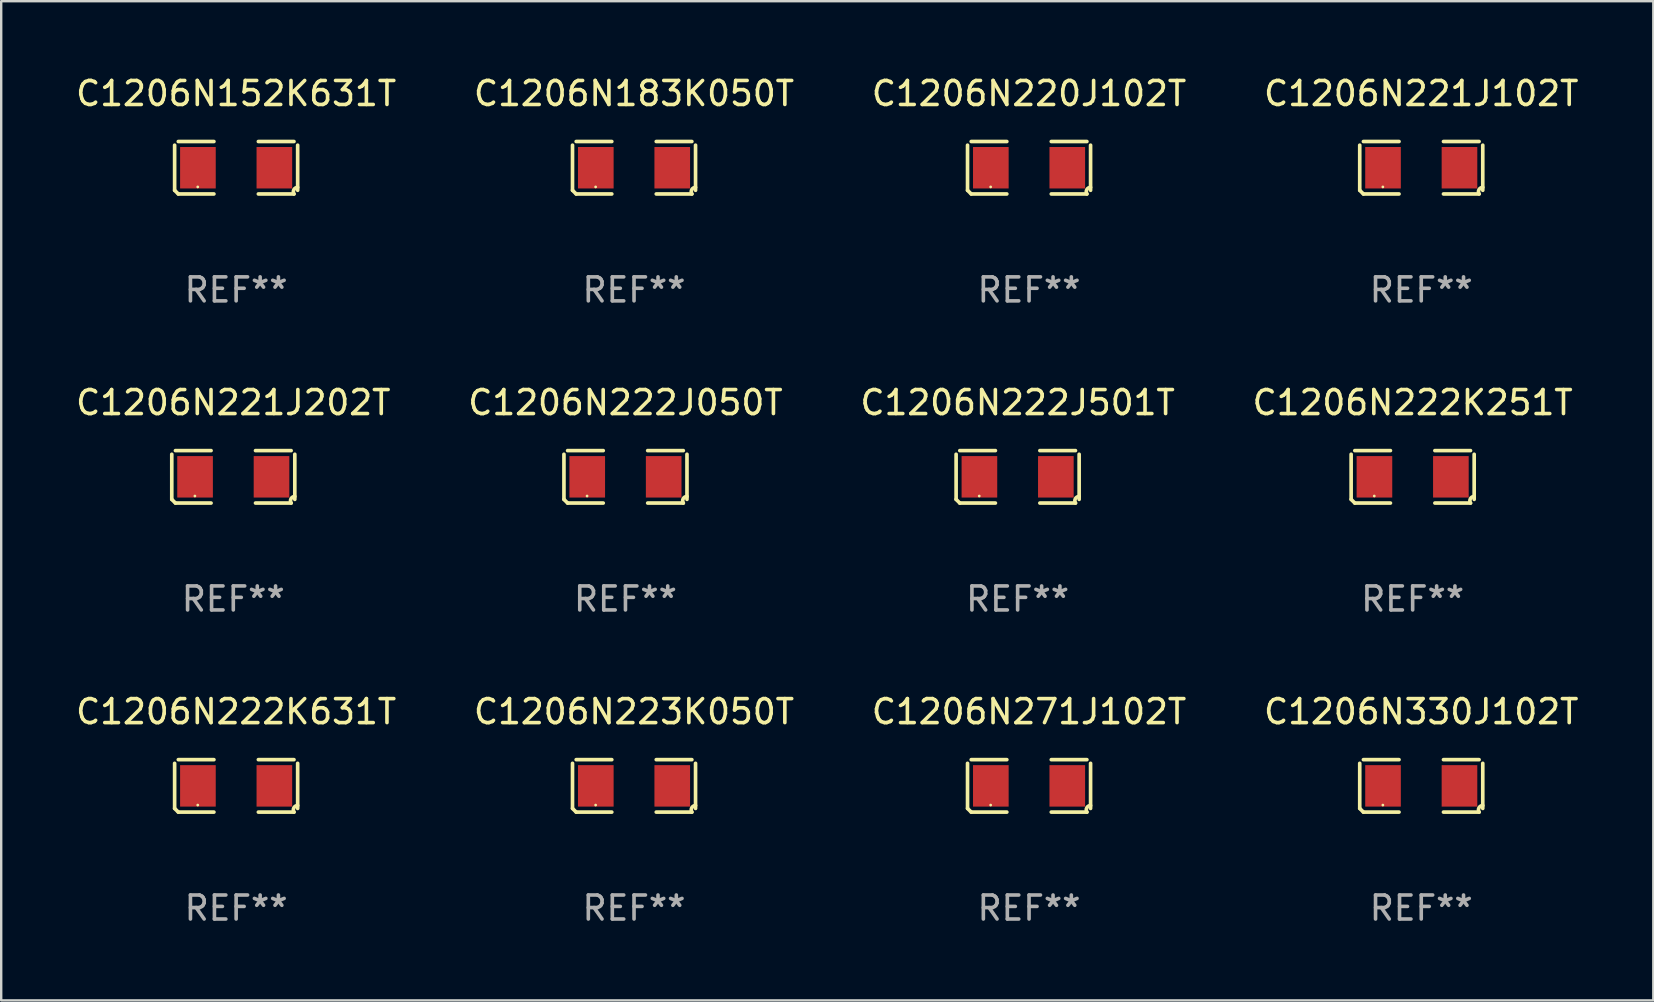
<source format=kicad_pcb>
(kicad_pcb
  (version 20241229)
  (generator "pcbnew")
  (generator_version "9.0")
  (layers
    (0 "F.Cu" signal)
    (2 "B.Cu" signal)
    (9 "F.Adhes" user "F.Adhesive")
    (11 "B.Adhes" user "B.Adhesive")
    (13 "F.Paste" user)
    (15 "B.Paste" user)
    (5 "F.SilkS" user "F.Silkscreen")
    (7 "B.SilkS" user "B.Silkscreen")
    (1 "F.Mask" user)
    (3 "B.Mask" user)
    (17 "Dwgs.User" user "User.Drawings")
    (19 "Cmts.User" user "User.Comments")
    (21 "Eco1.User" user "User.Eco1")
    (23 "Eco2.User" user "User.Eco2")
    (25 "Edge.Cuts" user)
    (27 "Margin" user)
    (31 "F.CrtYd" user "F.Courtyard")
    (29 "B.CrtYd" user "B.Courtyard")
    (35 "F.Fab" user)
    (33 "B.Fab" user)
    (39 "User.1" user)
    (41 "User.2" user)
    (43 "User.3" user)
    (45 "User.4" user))
  (footprint "C1206N221J102T"
    (layer "F.Cu")
    (at 56.185 3.941)
    (property "Reference" "C1206N221J102T" (at 0 -3.093 0) (layer "F.SilkS") (effects (font (size 1 1) (thickness 0.15))))
    (attr through_hole)
    (fp_line (start -2.564 0.94) (end -2.564 -0.94) (stroke (width 0.152) (type solid)) (layer "F.SilkS"))
    (fp_line (start -2.411 -1.093) (end -0.926 -1.093) (stroke (width 0.152) (type solid)) (layer "F.SilkS"))
    (fp_line (start -0.926 1.093) (end -2.411 1.093) (stroke (width 0.152) (type solid)) (layer "F.SilkS"))
    (fp_line (start 0.926 1.093) (end 2.411 1.093) (stroke (width 0.152) (type solid)) (layer "F.SilkS"))
    (fp_line (start 2.411 -1.093) (end 0.926 -1.093) (stroke (width 0.152) (type solid)) (layer "F.SilkS"))
    (fp_line (start 2.564 0.94) (end 2.564 -0.94) (stroke (width 0.152) (type solid)) (layer "F.SilkS"))
    (fp_arc (start -2.411201 1.092609) (mid -2.487413 1.01642) (end -2.563602 0.940208) (stroke (width 0.1524) (type solid)) (layer "F.SilkS"))
    (fp_arc (start 2.411201 1.092609) (mid 2.407159 0.911226) (end 2.563602 0.819347) (stroke (width 0.1524) (type solid)) (layer "F.SilkS"))
    (fp_circle (center -1.6 0.8) (end -1.57 0.8) (stroke (width 0.06) (type solid)) (fill no) (layer "F.SilkS"))
    (fp_text user "REF**" (at 0 5.093 0) (layer "F.Fab") (effects (font (size 1 1) (thickness 0.15))))
    (pad "1" smd rect (at -1.593 0) (size 1.485 1.728) (layers "F.Cu" "F.Mask" "F.Paste"))
    (pad "2" smd rect (at 1.593 0) (size 1.485 1.728) (layers "F.Cu" "F.Mask" "F.Paste")))
  (footprint "C1206N220J102T"
    (layer "F.Cu")
    (at 39.839 3.941)
    (property "Reference" "C1206N220J102T" (at 0 -3.093 0) (layer "F.SilkS") (effects (font (size 1 1) (thickness 0.15))))
    (attr through_hole)
    (fp_line (start -2.564 0.94) (end -2.564 -0.94) (stroke (width 0.152) (type solid)) (layer "F.SilkS"))
    (fp_line (start -2.411 -1.093) (end -0.926 -1.093) (stroke (width 0.152) (type solid)) (layer "F.SilkS"))
    (fp_line (start -0.926 1.093) (end -2.411 1.093) (stroke (width 0.152) (type solid)) (layer "F.SilkS"))
    (fp_line (start 0.926 1.093) (end 2.411 1.093) (stroke (width 0.152) (type solid)) (layer "F.SilkS"))
    (fp_line (start 2.411 -1.093) (end 0.926 -1.093) (stroke (width 0.152) (type solid)) (layer "F.SilkS"))
    (fp_line (start 2.564 0.94) (end 2.564 -0.94) (stroke (width 0.152) (type solid)) (layer "F.SilkS"))
    (fp_arc (start -2.411201 1.092609) (mid -2.487413 1.01642) (end -2.563602 0.940208) (stroke (width 0.1524) (type solid)) (layer "F.SilkS"))
    (fp_arc (start 2.411201 1.092609) (mid 2.407159 0.911226) (end 2.563602 0.819347) (stroke (width 0.1524) (type solid)) (layer "F.SilkS"))
    (fp_circle (center -1.6 0.8) (end -1.57 0.8) (stroke (width 0.06) (type solid)) (fill no) (layer "F.SilkS"))
    (fp_text user "REF**" (at 0 5.093 0) (layer "F.Fab") (effects (font (size 1 1) (thickness 0.15))))
    (pad "1" smd rect (at -1.593 0) (size 1.485 1.728) (layers "F.Cu" "F.Mask" "F.Paste"))
    (pad "2" smd rect (at 1.593 0) (size 1.485 1.728) (layers "F.Cu" "F.Mask" "F.Paste")))
  (footprint "C1206N221J202T"
    (layer "F.Cu")
    (at 6.673 16.823)
    (property "Reference" "C1206N221J202T" (at 0 -3.093 0) (layer "F.SilkS") (effects (font (size 1 1) (thickness 0.15))))
    (attr through_hole)
    (fp_line (start -2.564 0.94) (end -2.564 -0.94) (stroke (width 0.152) (type solid)) (layer "F.SilkS"))
    (fp_line (start -2.411 -1.093) (end -0.926 -1.093) (stroke (width 0.152) (type solid)) (layer "F.SilkS"))
    (fp_line (start -0.926 1.093) (end -2.411 1.093) (stroke (width 0.152) (type solid)) (layer "F.SilkS"))
    (fp_line (start 0.926 1.093) (end 2.411 1.093) (stroke (width 0.152) (type solid)) (layer "F.SilkS"))
    (fp_line (start 2.411 -1.093) (end 0.926 -1.093) (stroke (width 0.152) (type solid)) (layer "F.SilkS"))
    (fp_line (start 2.564 0.94) (end 2.564 -0.94) (stroke (width 0.152) (type solid)) (layer "F.SilkS"))
    (fp_arc (start -2.411201 1.092609) (mid -2.487413 1.01642) (end -2.563602 0.940208) (stroke (width 0.1524) (type solid)) (layer "F.SilkS"))
    (fp_arc (start 2.411201 1.092609) (mid 2.407159 0.911226) (end 2.563602 0.819347) (stroke (width 0.1524) (type solid)) (layer "F.SilkS"))
    (fp_circle (center -1.6 0.8) (end -1.57 0.8) (stroke (width 0.06) (type solid)) (fill no) (layer "F.SilkS"))
    (fp_text user "REF**" (at 0 5.093 0) (layer "F.Fab") (effects (font (size 1 1) (thickness 0.15))))
    (pad "1" smd rect (at -1.593 0) (size 1.485 1.728) (layers "F.Cu" "F.Mask" "F.Paste"))
    (pad "2" smd rect (at 1.593 0) (size 1.485 1.728) (layers "F.Cu" "F.Mask" "F.Paste")))
  (footprint "C1206N222J501T"
    (layer "F.Cu")
    (at 39.363 16.823)
    (property "Reference" "C1206N222J501T" (at 0 -3.093 0) (layer "F.SilkS") (effects (font (size 1 1) (thickness 0.15))))
    (attr through_hole)
    (fp_line (start -2.564 0.94) (end -2.564 -0.94) (stroke (width 0.152) (type solid)) (layer "F.SilkS"))
    (fp_line (start -2.411 -1.093) (end -0.926 -1.093) (stroke (width 0.152) (type solid)) (layer "F.SilkS"))
    (fp_line (start -0.926 1.093) (end -2.411 1.093) (stroke (width 0.152) (type solid)) (layer "F.SilkS"))
    (fp_line (start 0.926 1.093) (end 2.411 1.093) (stroke (width 0.152) (type solid)) (layer "F.SilkS"))
    (fp_line (start 2.411 -1.093) (end 0.926 -1.093) (stroke (width 0.152) (type solid)) (layer "F.SilkS"))
    (fp_line (start 2.564 0.94) (end 2.564 -0.94) (stroke (width 0.152) (type solid)) (layer "F.SilkS"))
    (fp_arc (start -2.411201 1.092609) (mid -2.487413 1.01642) (end -2.563602 0.940208) (stroke (width 0.1524) (type solid)) (layer "F.SilkS"))
    (fp_arc (start 2.411201 1.092609) (mid 2.407159 0.911226) (end 2.563602 0.819347) (stroke (width 0.1524) (type solid)) (layer "F.SilkS"))
    (fp_circle (center -1.6 0.8) (end -1.57 0.8) (stroke (width 0.06) (type solid)) (fill no) (layer "F.SilkS"))
    (fp_text user "REF**" (at 0 5.093 0) (layer "F.Fab") (effects (font (size 1 1) (thickness 0.15))))
    (pad "1" smd rect (at -1.593 0) (size 1.485 1.728) (layers "F.Cu" "F.Mask" "F.Paste"))
    (pad "2" smd rect (at 1.593 0) (size 1.485 1.728) (layers "F.Cu" "F.Mask" "F.Paste")))
  (footprint "C1206N271J102T"
    (layer "F.Cu")
    (at 39.839 29.704)
    (property "Reference" "C1206N271J102T" (at 0 -3.093 0) (layer "F.SilkS") (effects (font (size 1 1) (thickness 0.15))))
    (attr through_hole)
    (fp_line (start -2.564 0.94) (end -2.564 -0.94) (stroke (width 0.152) (type solid)) (layer "F.SilkS"))
    (fp_line (start -2.411 -1.093) (end -0.926 -1.093) (stroke (width 0.152) (type solid)) (layer "F.SilkS"))
    (fp_line (start -0.926 1.093) (end -2.411 1.093) (stroke (width 0.152) (type solid)) (layer "F.SilkS"))
    (fp_line (start 0.926 1.093) (end 2.411 1.093) (stroke (width 0.152) (type solid)) (layer "F.SilkS"))
    (fp_line (start 2.411 -1.093) (end 0.926 -1.093) (stroke (width 0.152) (type solid)) (layer "F.SilkS"))
    (fp_line (start 2.564 0.94) (end 2.564 -0.94) (stroke (width 0.152) (type solid)) (layer "F.SilkS"))
    (fp_arc (start -2.411201 1.092609) (mid -2.487413 1.01642) (end -2.563602 0.940208) (stroke (width 0.1524) (type solid)) (layer "F.SilkS"))
    (fp_arc (start 2.411201 1.092609) (mid 2.407159 0.911226) (end 2.563602 0.819347) (stroke (width 0.1524) (type solid)) (layer "F.SilkS"))
    (fp_circle (center -1.6 0.8) (end -1.57 0.8) (stroke (width 0.06) (type solid)) (fill no) (layer "F.SilkS"))
    (fp_text user "REF**" (at 0 5.093 0) (layer "F.Fab") (effects (font (size 1 1) (thickness 0.15))))
    (pad "1" smd rect (at -1.593 0) (size 1.485 1.728) (layers "F.Cu" "F.Mask" "F.Paste"))
    (pad "2" smd rect (at 1.593 0) (size 1.485 1.728) (layers "F.Cu" "F.Mask" "F.Paste")))
  (footprint "C1206N152K631T"
    (layer "F.Cu")
    (at 6.792 3.941)
    (property "Reference" "C1206N152K631T" (at 0 -3.093 0) (layer "F.SilkS") (effects (font (size 1 1) (thickness 0.15))))
    (attr through_hole)
    (fp_line (start -2.564 0.94) (end -2.564 -0.94) (stroke (width 0.152) (type solid)) (layer "F.SilkS"))
    (fp_line (start -2.411 -1.093) (end -0.926 -1.093) (stroke (width 0.152) (type solid)) (layer "F.SilkS"))
    (fp_line (start -0.926 1.093) (end -2.411 1.093) (stroke (width 0.152) (type solid)) (layer "F.SilkS"))
    (fp_line (start 0.926 1.093) (end 2.411 1.093) (stroke (width 0.152) (type solid)) (layer "F.SilkS"))
    (fp_line (start 2.411 -1.093) (end 0.926 -1.093) (stroke (width 0.152) (type solid)) (layer "F.SilkS"))
    (fp_line (start 2.564 0.94) (end 2.564 -0.94) (stroke (width 0.152) (type solid)) (layer "F.SilkS"))
    (fp_arc (start -2.411201 1.092609) (mid -2.487413 1.01642) (end -2.563602 0.940208) (stroke (width 0.1524) (type solid)) (layer "F.SilkS"))
    (fp_arc (start 2.411201 1.092609) (mid 2.407159 0.911226) (end 2.563602 0.819347) (stroke (width 0.1524) (type solid)) (layer "F.SilkS"))
    (fp_circle (center -1.6 0.8) (end -1.57 0.8) (stroke (width 0.06) (type solid)) (fill no) (layer "F.SilkS"))
    (fp_text user "REF**" (at 0 5.093 0) (layer "F.Fab") (effects (font (size 1 1) (thickness 0.15))))
    (pad "1" smd rect (at -1.593 0) (size 1.485 1.728) (layers "F.Cu" "F.Mask" "F.Paste"))
    (pad "2" smd rect (at 1.593 0) (size 1.485 1.728) (layers "F.Cu" "F.Mask" "F.Paste")))
  (footprint "C1206N223K050T"
    (layer "F.Cu")
    (at 23.375 29.704)
    (property "Reference" "C1206N223K050T" (at 0 -3.093 0) (layer "F.SilkS") (effects (font (size 1 1) (thickness 0.15))))
    (attr through_hole)
    (fp_line (start -2.564 0.94) (end -2.564 -0.94) (stroke (width 0.152) (type solid)) (layer "F.SilkS"))
    (fp_line (start -2.411 -1.093) (end -0.926 -1.093) (stroke (width 0.152) (type solid)) (layer "F.SilkS"))
    (fp_line (start -0.926 1.093) (end -2.411 1.093) (stroke (width 0.152) (type solid)) (layer "F.SilkS"))
    (fp_line (start 0.926 1.093) (end 2.411 1.093) (stroke (width 0.152) (type solid)) (layer "F.SilkS"))
    (fp_line (start 2.411 -1.093) (end 0.926 -1.093) (stroke (width 0.152) (type solid)) (layer "F.SilkS"))
    (fp_line (start 2.564 0.94) (end 2.564 -0.94) (stroke (width 0.152) (type solid)) (layer "F.SilkS"))
    (fp_arc (start -2.411201 1.092609) (mid -2.487413 1.01642) (end -2.563602 0.940208) (stroke (width 0.1524) (type solid)) (layer "F.SilkS"))
    (fp_arc (start 2.411201 1.092609) (mid 2.407159 0.911226) (end 2.563602 0.819347) (stroke (width 0.1524) (type solid)) (layer "F.SilkS"))
    (fp_circle (center -1.6 0.8) (end -1.57 0.8) (stroke (width 0.06) (type solid)) (fill no) (layer "F.SilkS"))
    (fp_text user "REF**" (at 0 5.093 0) (layer "F.Fab") (effects (font (size 1 1) (thickness 0.15))))
    (pad "1" smd rect (at -1.593 0) (size 1.485 1.728) (layers "F.Cu" "F.Mask" "F.Paste"))
    (pad "2" smd rect (at 1.593 0) (size 1.485 1.728) (layers "F.Cu" "F.Mask" "F.Paste")))
  (footprint "C1206N183K050T"
    (layer "F.Cu")
    (at 23.375 3.941)
    (property "Reference" "C1206N183K050T" (at 0 -3.093 0) (layer "F.SilkS") (effects (font (size 1 1) (thickness 0.15))))
    (attr through_hole)
    (fp_line (start -2.564 0.94) (end -2.564 -0.94) (stroke (width 0.152) (type solid)) (layer "F.SilkS"))
    (fp_line (start -2.411 -1.093) (end -0.926 -1.093) (stroke (width 0.152) (type solid)) (layer "F.SilkS"))
    (fp_line (start -0.926 1.093) (end -2.411 1.093) (stroke (width 0.152) (type solid)) (layer "F.SilkS"))
    (fp_line (start 0.926 1.093) (end 2.411 1.093) (stroke (width 0.152) (type solid)) (layer "F.SilkS"))
    (fp_line (start 2.411 -1.093) (end 0.926 -1.093) (stroke (width 0.152) (type solid)) (layer "F.SilkS"))
    (fp_line (start 2.564 0.94) (end 2.564 -0.94) (stroke (width 0.152) (type solid)) (layer "F.SilkS"))
    (fp_arc (start -2.411201 1.092609) (mid -2.487413 1.01642) (end -2.563602 0.940208) (stroke (width 0.1524) (type solid)) (layer "F.SilkS"))
    (fp_arc (start 2.411201 1.092609) (mid 2.407159 0.911226) (end 2.563602 0.819347) (stroke (width 0.1524) (type solid)) (layer "F.SilkS"))
    (fp_circle (center -1.6 0.8) (end -1.57 0.8) (stroke (width 0.06) (type solid)) (fill no) (layer "F.SilkS"))
    (fp_text user "REF**" (at 0 5.093 0) (layer "F.Fab") (effects (font (size 1 1) (thickness 0.15))))
    (pad "1" smd rect (at -1.593 0) (size 1.485 1.728) (layers "F.Cu" "F.Mask" "F.Paste"))
    (pad "2" smd rect (at 1.593 0) (size 1.485 1.728) (layers "F.Cu" "F.Mask" "F.Paste")))
  (footprint "C1206N222K251T"
    (layer "F.Cu")
    (at 55.827 16.823)
    (property "Reference" "C1206N222K251T" (at 0 -3.093 0) (layer "F.SilkS") (effects (font (size 1 1) (thickness 0.15))))
    (attr through_hole)
    (fp_line (start -2.564 0.94) (end -2.564 -0.94) (stroke (width 0.152) (type solid)) (layer "F.SilkS"))
    (fp_line (start -2.411 -1.093) (end -0.926 -1.093) (stroke (width 0.152) (type solid)) (layer "F.SilkS"))
    (fp_line (start -0.926 1.093) (end -2.411 1.093) (stroke (width 0.152) (type solid)) (layer "F.SilkS"))
    (fp_line (start 0.926 1.093) (end 2.411 1.093) (stroke (width 0.152) (type solid)) (layer "F.SilkS"))
    (fp_line (start 2.411 -1.093) (end 0.926 -1.093) (stroke (width 0.152) (type solid)) (layer "F.SilkS"))
    (fp_line (start 2.564 0.94) (end 2.564 -0.94) (stroke (width 0.152) (type solid)) (layer "F.SilkS"))
    (fp_arc (start -2.411201 1.092609) (mid -2.487413 1.01642) (end -2.563602 0.940208) (stroke (width 0.1524) (type solid)) (layer "F.SilkS"))
    (fp_arc (start 2.411201 1.092609) (mid 2.407159 0.911226) (end 2.563602 0.819347) (stroke (width 0.1524) (type solid)) (layer "F.SilkS"))
    (fp_circle (center -1.6 0.8) (end -1.57 0.8) (stroke (width 0.06) (type solid)) (fill no) (layer "F.SilkS"))
    (fp_text user "REF**" (at 0 5.093 0) (layer "F.Fab") (effects (font (size 1 1) (thickness 0.15))))
    (pad "1" smd rect (at -1.593 0) (size 1.485 1.728) (layers "F.Cu" "F.Mask" "F.Paste"))
    (pad "2" smd rect (at 1.593 0) (size 1.485 1.728) (layers "F.Cu" "F.Mask" "F.Paste")))
  (footprint "C1206N222J050T"
    (layer "F.Cu")
    (at 23.018 16.823)
    (property "Reference" "C1206N222J050T" (at 0 -3.093 0) (layer "F.SilkS") (effects (font (size 1 1) (thickness 0.15))))
    (attr through_hole)
    (fp_line (start -2.564 0.94) (end -2.564 -0.94) (stroke (width 0.152) (type solid)) (layer "F.SilkS"))
    (fp_line (start -2.411 -1.093) (end -0.926 -1.093) (stroke (width 0.152) (type solid)) (layer "F.SilkS"))
    (fp_line (start -0.926 1.093) (end -2.411 1.093) (stroke (width 0.152) (type solid)) (layer "F.SilkS"))
    (fp_line (start 0.926 1.093) (end 2.411 1.093) (stroke (width 0.152) (type solid)) (layer "F.SilkS"))
    (fp_line (start 2.411 -1.093) (end 0.926 -1.093) (stroke (width 0.152) (type solid)) (layer "F.SilkS"))
    (fp_line (start 2.564 0.94) (end 2.564 -0.94) (stroke (width 0.152) (type solid)) (layer "F.SilkS"))
    (fp_arc (start -2.411201 1.092609) (mid -2.487413 1.01642) (end -2.563602 0.940208) (stroke (width 0.1524) (type solid)) (layer "F.SilkS"))
    (fp_arc (start 2.411201 1.092609) (mid 2.407159 0.911226) (end 2.563602 0.819347) (stroke (width 0.1524) (type solid)) (layer "F.SilkS"))
    (fp_circle (center -1.6 0.8) (end -1.57 0.8) (stroke (width 0.06) (type solid)) (fill no) (layer "F.SilkS"))
    (fp_text user "REF**" (at 0 5.093 0) (layer "F.Fab") (effects (font (size 1 1) (thickness 0.15))))
    (pad "1" smd rect (at -1.593 0) (size 1.485 1.728) (layers "F.Cu" "F.Mask" "F.Paste"))
    (pad "2" smd rect (at 1.593 0) (size 1.485 1.728) (layers "F.Cu" "F.Mask" "F.Paste")))
  (footprint "C1206N330J102T"
    (layer "F.Cu")
    (at 56.185 29.704)
    (property "Reference" "C1206N330J102T" (at 0 -3.093 0) (layer "F.SilkS") (effects (font (size 1 1) (thickness 0.15))))
    (attr through_hole)
    (fp_line (start -2.564 0.94) (end -2.564 -0.94) (stroke (width 0.152) (type solid)) (layer "F.SilkS"))
    (fp_line (start -2.411 -1.093) (end -0.926 -1.093) (stroke (width 0.152) (type solid)) (layer "F.SilkS"))
    (fp_line (start -0.926 1.093) (end -2.411 1.093) (stroke (width 0.152) (type solid)) (layer "F.SilkS"))
    (fp_line (start 0.926 1.093) (end 2.411 1.093) (stroke (width 0.152) (type solid)) (layer "F.SilkS"))
    (fp_line (start 2.411 -1.093) (end 0.926 -1.093) (stroke (width 0.152) (type solid)) (layer "F.SilkS"))
    (fp_line (start 2.564 0.94) (end 2.564 -0.94) (stroke (width 0.152) (type solid)) (layer "F.SilkS"))
    (fp_arc (start -2.411201 1.092609) (mid -2.487413 1.01642) (end -2.563602 0.940208) (stroke (width 0.1524) (type solid)) (layer "F.SilkS"))
    (fp_arc (start 2.411201 1.092609) (mid 2.407159 0.911226) (end 2.563602 0.819347) (stroke (width 0.1524) (type solid)) (layer "F.SilkS"))
    (fp_circle (center -1.6 0.8) (end -1.57 0.8) (stroke (width 0.06) (type solid)) (fill no) (layer "F.SilkS"))
    (fp_text user "REF**" (at 0 5.093 0) (layer "F.Fab") (effects (font (size 1 1) (thickness 0.15))))
    (pad "1" smd rect (at -1.593 0) (size 1.485 1.728) (layers "F.Cu" "F.Mask" "F.Paste"))
    (pad "2" smd rect (at 1.593 0) (size 1.485 1.728) (layers "F.Cu" "F.Mask" "F.Paste")))
  (footprint "C1206N222K631T"
    (layer "F.Cu")
    (at 6.792 29.704)
    (property "Reference" "C1206N222K631T" (at 0 -3.093 0) (layer "F.SilkS") (effects (font (size 1 1) (thickness 0.15))))
    (attr through_hole)
    (fp_line (start -2.564 0.94) (end -2.564 -0.94) (stroke (width 0.152) (type solid)) (layer "F.SilkS"))
    (fp_line (start -2.411 -1.093) (end -0.926 -1.093) (stroke (width 0.152) (type solid)) (layer "F.SilkS"))
    (fp_line (start -0.926 1.093) (end -2.411 1.093) (stroke (width 0.152) (type solid)) (layer "F.SilkS"))
    (fp_line (start 0.926 1.093) (end 2.411 1.093) (stroke (width 0.152) (type solid)) (layer "F.SilkS"))
    (fp_line (start 2.411 -1.093) (end 0.926 -1.093) (stroke (width 0.152) (type solid)) (layer "F.SilkS"))
    (fp_line (start 2.564 0.94) (end 2.564 -0.94) (stroke (width 0.152) (type solid)) (layer "F.SilkS"))
    (fp_arc (start -2.411201 1.092609) (mid -2.487413 1.01642) (end -2.563602 0.940208) (stroke (width 0.1524) (type solid)) (layer "F.SilkS"))
    (fp_arc (start 2.411201 1.092609) (mid 2.407159 0.911226) (end 2.563602 0.819347) (stroke (width 0.1524) (type solid)) (layer "F.SilkS"))
    (fp_circle (center -1.6 0.8) (end -1.57 0.8) (stroke (width 0.06) (type solid)) (fill no) (layer "F.SilkS"))
    (fp_text user "REF**" (at 0 5.093 0) (layer "F.Fab") (effects (font (size 1 1) (thickness 0.15))))
    (pad "1" smd rect (at -1.593 0) (size 1.485 1.728) (layers "F.Cu" "F.Mask" "F.Paste"))
    (pad "2" smd rect (at 1.593 0) (size 1.485 1.728) (layers "F.Cu" "F.Mask" "F.Paste")))
  (gr_rect
    (start -3 -3)
    (end 65.857 38.645)
    (stroke (width 0.1) (type default))
    (fill no)
    (layer "Edge.Cuts")))
</source>
